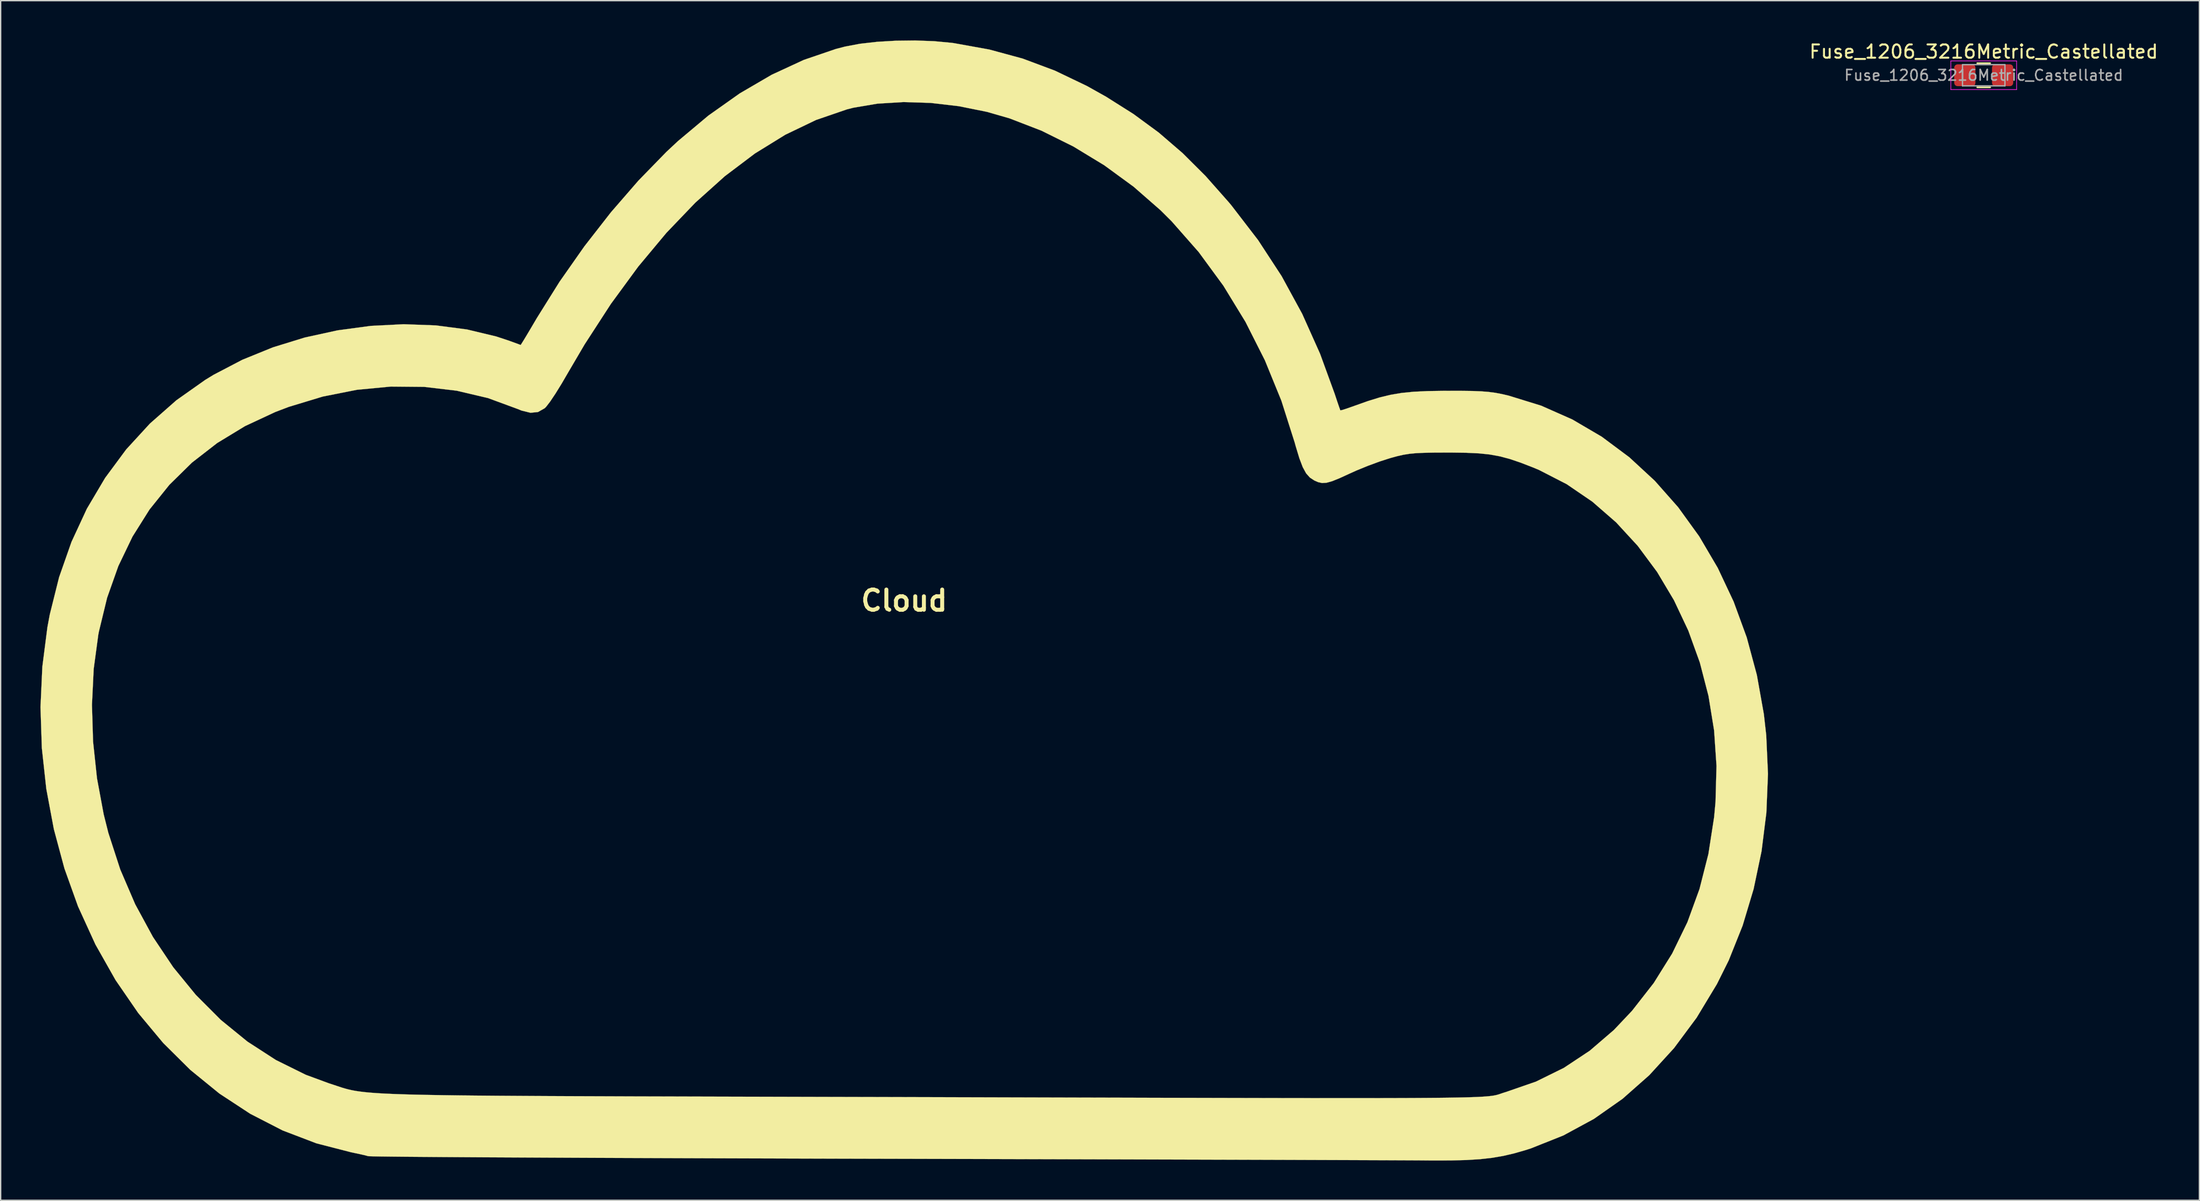
<source format=kicad_pcb>
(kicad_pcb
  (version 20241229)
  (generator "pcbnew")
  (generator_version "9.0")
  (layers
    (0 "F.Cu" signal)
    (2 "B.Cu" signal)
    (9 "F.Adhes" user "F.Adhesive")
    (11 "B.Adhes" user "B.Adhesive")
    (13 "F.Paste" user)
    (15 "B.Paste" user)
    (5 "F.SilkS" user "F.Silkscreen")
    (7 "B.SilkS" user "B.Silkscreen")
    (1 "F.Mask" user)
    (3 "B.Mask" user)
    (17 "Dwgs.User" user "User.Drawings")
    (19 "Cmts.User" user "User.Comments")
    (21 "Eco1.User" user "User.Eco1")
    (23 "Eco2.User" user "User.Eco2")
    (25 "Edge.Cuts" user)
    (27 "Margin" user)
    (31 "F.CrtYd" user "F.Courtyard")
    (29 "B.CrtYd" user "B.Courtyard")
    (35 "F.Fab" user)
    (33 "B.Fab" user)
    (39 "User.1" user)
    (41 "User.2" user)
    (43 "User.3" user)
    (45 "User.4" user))
  (footprint "Fuse_1206_3216Metric_Castellated"
    (layer "F.Cu")
    (at 146.575 2.628)
    (property "Reference" "Fuse_1206_3216Metric_Castellated" (at 0 -1.78 0) (layer "F.SilkS") (effects (font (size 1 1) (thickness 0.15))))
    (attr smd)
    (fp_line (start -0.49 -0.91) (end 0.49 -0.91) (stroke (width 0.12) (type solid)) (layer "F.SilkS"))
    (fp_line (start -0.49 0.91) (end 0.49 0.91) (stroke (width 0.12) (type solid)) (layer "F.SilkS"))
    (fp_line (start -2.48 -1.08) (end 2.48 -1.08) (stroke (width 0.05) (type solid)) (layer "F.CrtYd"))
    (fp_line (start -2.48 1.08) (end -2.48 -1.08) (stroke (width 0.05) (type solid)) (layer "F.CrtYd"))
    (fp_line (start 2.48 -1.08) (end 2.48 1.08) (stroke (width 0.05) (type solid)) (layer "F.CrtYd"))
    (fp_line (start 2.48 1.08) (end -2.48 1.08) (stroke (width 0.05) (type solid)) (layer "F.CrtYd"))
    (fp_line (start -1.6 -0.8) (end 1.6 -0.8) (stroke (width 0.1) (type solid)) (layer "F.Fab"))
    (fp_line (start -1.6 0.8) (end -1.6 -0.8) (stroke (width 0.1) (type solid)) (layer "F.Fab"))
    (fp_line (start 1.6 -0.8) (end 1.6 0.8) (stroke (width 0.1) (type solid)) (layer "F.Fab"))
    (fp_line (start 1.6 0.8) (end -1.6 0.8) (stroke (width 0.1) (type solid)) (layer "F.Fab"))
    (fp_text user "${REFERENCE}" (at 0 0 0) (layer "F.Fab") (effects (font (size 0.8 0.8) (thickness 0.12))))
    (pad "1" smd roundrect (at -1.425 0) (size 1.6 1.65) (layers "F.Cu" "F.Mask" "F.Paste") (roundrect_rratio 0.156))
    (pad "2" smd roundrect (at 1.425 0) (size 1.6 1.65) (layers "F.Cu" "F.Mask" "F.Paste") (roundrect_rratio 0.156)))
  (footprint "Cloud"
    (layer "F.Cu")
    (at 65.149 42.265)
    (property "Reference" "Cloud" (at 0 0 0) (layer "F.SilkS") (effects (font (size 1.524 1.524) (thickness 0.3))))
    (attr through_hole)
    (fp_poly (pts (xy 2.257 -42.208) (xy 3.575 -42.084) (xy 3.751 -42.06) (xy 6.419 -41.579) (xy 8.934 -40.896) (xy 11.365 -39.987) (xy 13.783 -38.828) (xy 15.227 -38.019) (xy 17.299 -36.71) (xy 19.201 -35.312) (xy 20.992 -33.77) (xy 22.735 -32.033) (xy 24.49 -30.048) (xy 24.676 -29.825) (xy 26.693 -27.202) (xy 28.468 -24.484) (xy 30.02 -21.637) (xy 31.369 -18.624) (xy 32.474 -15.594) (xy 32.661 -15.03) (xy 32.809 -14.597) (xy 32.892 -14.369) (xy 32.9 -14.351) (xy 33.031 -14.378) (xy 33.355 -14.481) (xy 33.811 -14.641) (xy 33.986 -14.704) (xy 34.978 -15.055) (xy 35.856 -15.326) (xy 36.683 -15.527) (xy 37.518 -15.668) (xy 38.424 -15.758) (xy 39.461 -15.808) (xy 40.69 -15.827) (xy 40.959 -15.828) (xy 42.008 -15.827) (xy 42.842 -15.816) (xy 43.512 -15.79) (xy 44.069 -15.747) (xy 44.565 -15.682) (xy 45.051 -15.591) (xy 45.577 -15.469) (xy 45.592 -15.466) (xy 48.053 -14.705) (xy 50.398 -13.666) (xy 52.615 -12.365) (xy 54.693 -10.816) (xy 56.618 -9.037) (xy 58.38 -7.042) (xy 59.966 -4.847) (xy 61.364 -2.469) (xy 62.563 0.078) (xy 63.551 2.777) (xy 64.315 5.613) (xy 64.843 8.569) (xy 65.022 10.162) (xy 65.153 13.07) (xy 65.033 15.998) (xy 64.669 18.909) (xy 64.07 21.762) (xy 63.242 24.52) (xy 62.193 27.143) (xy 61.3 28.937) (xy 59.77 31.471) (xy 58.068 33.762) (xy 56.204 35.803) (xy 54.186 37.587) (xy 52.021 39.106) (xy 49.718 40.354) (xy 47.285 41.324) (xy 46.834 41.469) (xy 45.989 41.711) (xy 45.171 41.901) (xy 44.333 42.044) (xy 43.43 42.145) (xy 42.413 42.208) (xy 41.238 42.239) (xy 39.856 42.242) (xy 39.43 42.239) (xy 38.994 42.235) (xy 38.304 42.231) (xy 37.372 42.227) (xy 36.209 42.222) (xy 34.828 42.217) (xy 33.241 42.211) (xy 31.459 42.205) (xy 29.495 42.198) (xy 27.36 42.191) (xy 25.066 42.184) (xy 22.625 42.177) (xy 20.049 42.17) (xy 17.351 42.162) (xy 14.54 42.154) (xy 11.631 42.146) (xy 8.634 42.138) (xy 5.562 42.13) (xy 2.427 42.122) (xy -0.761 42.114) (xy -2.128 42.111) (xy -5.292 42.103) (xy -8.388 42.094) (xy -11.406 42.085) (xy -14.335 42.076) (xy -17.165 42.066) (xy -19.884 42.056) (xy -22.483 42.046) (xy -24.95 42.035) (xy -27.275 42.024) (xy -29.447 42.013) (xy -31.456 42.003) (xy -33.291 41.992) (xy -34.94 41.981) (xy -36.394 41.97) (xy -37.643 41.96) (xy -38.674 41.95) (xy -39.478 41.94) (xy -40.044 41.93) (xy -40.36 41.921) (xy -40.427 41.915) (xy -40.727 41.837) (xy -41.187 41.733) (xy -41.691 41.629) (xy -44.332 40.949) (xy -46.882 39.975) (xy -49.326 38.718) (xy -51.652 37.191) (xy -53.844 35.406) (xy -55.889 33.377) (xy -57.773 31.116) (xy -59.481 28.634) (xy -61.001 25.946) (xy -62.315 23.069) (xy -63.339 20.211) (xy -64.137 17.243) (xy -64.707 14.201) (xy -65.043 11.12) (xy -65.144 8.037) (xy -65.136 7.864) (xy -61.263 7.864) (xy -61.179 10.633) (xy -60.884 13.405) (xy -60.379 16.122) (xy -60.027 17.523) (xy -59.129 20.285) (xy -58.002 22.909) (xy -56.664 25.375) (xy -55.132 27.663) (xy -53.422 29.754) (xy -51.55 31.63) (xy -49.535 33.272) (xy -47.392 34.66) (xy -45.139 35.775) (xy -43.389 36.42) (xy -43.106 36.512) (xy -42.851 36.597) (xy -42.615 36.676) (xy -42.387 36.75) (xy -42.159 36.818) (xy -41.92 36.881) (xy -41.662 36.939) (xy -41.374 36.993) (xy -41.047 37.041) (xy -40.672 37.086) (xy -40.239 37.126) (xy -39.738 37.163) (xy -39.16 37.196) (xy -38.495 37.225) (xy -37.734 37.252) (xy -36.867 37.275) (xy -35.885 37.296) (xy -34.778 37.315) (xy -33.537 37.332) (xy -32.151 37.346) (xy -30.612 37.359) (xy -28.91 37.37) (xy -27.035 37.381) (xy -24.978 37.39) (xy -22.73 37.398) (xy -20.28 37.407) (xy -17.619 37.414) (xy -14.738 37.422) (xy -11.626 37.43) (xy -8.276 37.439) (xy -4.676 37.448) (xy -1.729 37.455) (xy 2.402 37.466) (xy 6.276 37.477) (xy 9.9 37.487) (xy 13.284 37.496) (xy 16.437 37.504) (xy 19.365 37.512) (xy 22.079 37.518) (xy 24.587 37.524) (xy 26.897 37.529) (xy 29.017 37.533) (xy 30.957 37.535) (xy 32.725 37.536) (xy 34.328 37.536) (xy 35.777 37.535) (xy 37.078 37.532) (xy 38.242 37.528) (xy 39.276 37.522) (xy 40.188 37.515) (xy 40.988 37.505) (xy 41.684 37.494) (xy 42.284 37.481) (xy 42.797 37.467) (xy 43.232 37.45) (xy 43.596 37.431) (xy 43.899 37.41) (xy 44.149 37.387) (xy 44.354 37.362) (xy 44.523 37.334) (xy 44.665 37.304) (xy 44.788 37.271) (xy 44.9 37.236) (xy 45.01 37.198) (xy 45.127 37.158) (xy 45.26 37.115) (xy 45.396 37.074) (xy 47.657 36.29) (xy 49.757 35.255) (xy 51.711 33.96) (xy 53.532 32.395) (xy 54.902 30.946) (xy 56.534 28.857) (xy 57.925 26.63) (xy 59.076 24.264) (xy 59.988 21.76) (xy 60.66 19.116) (xy 61.092 16.332) (xy 61.197 15.185) (xy 61.271 12.471) (xy 61.09 9.8) (xy 60.667 7.193) (xy 60.014 4.672) (xy 59.142 2.258) (xy 58.063 -0.028) (xy 56.789 -2.164) (xy 55.331 -4.129) (xy 53.7 -5.902) (xy 51.909 -7.462) (xy 49.969 -8.786) (xy 47.892 -9.853) (xy 47.428 -10.048) (xy 46.501 -10.407) (xy 45.692 -10.682) (xy 44.94 -10.883) (xy 44.182 -11.022) (xy 43.358 -11.109) (xy 42.406 -11.154) (xy 41.264 -11.169) (xy 40.959 -11.169) (xy 39.982 -11.165) (xy 39.218 -11.152) (xy 38.612 -11.124) (xy 38.112 -11.077) (xy 37.663 -11.005) (xy 37.212 -10.903) (xy 36.706 -10.765) (xy 36.624 -10.741) (xy 35.863 -10.496) (xy 34.985 -10.172) (xy 34.116 -9.817) (xy 33.587 -9.579) (xy 32.836 -9.234) (xy 32.276 -9.008) (xy 31.854 -8.891) (xy 31.517 -8.872) (xy 31.213 -8.941) (xy 30.937 -9.063) (xy 30.6 -9.284) (xy 30.316 -9.603) (xy 30.061 -10.071) (xy 29.808 -10.738) (xy 29.53 -11.655) (xy 29.452 -11.938) (xy 28.449 -15.089) (xy 27.208 -18.129) (xy 25.743 -21.03) (xy 24.073 -23.763) (xy 22.213 -26.299) (xy 20.181 -28.61) (xy 19.341 -29.448) (xy 17.303 -31.23) (xy 15.092 -32.845) (xy 12.761 -34.262) (xy 10.363 -35.452) (xy 7.949 -36.384) (xy 6.25 -36.874) (xy 4.123 -37.303) (xy 2.003 -37.55) (xy -0.06 -37.614) (xy -2.018 -37.494) (xy -3.823 -37.189) (xy -4.322 -37.062) (xy -6.648 -36.263) (xy -8.964 -35.151) (xy -11.259 -33.734) (xy -13.526 -32.022) (xy -15.754 -30.023) (xy -17.935 -27.746) (xy -20.059 -25.2) (xy -22.117 -22.392) (xy -24.101 -19.333) (xy -25.334 -17.233) (xy -25.839 -16.365) (xy -26.306 -15.61) (xy -26.705 -15.014) (xy -27.008 -14.621) (xy -27.115 -14.514) (xy -27.618 -14.229) (xy -28.182 -14.171) (xy -28.86 -14.338) (xy -29.152 -14.457) (xy -31.391 -15.281) (xy -33.751 -15.837) (xy -36.204 -16.126) (xy -38.723 -16.149) (xy -41.281 -15.905) (xy -43.852 -15.395) (xy -46.408 -14.62) (xy -47.429 -14.232) (xy -49.719 -13.165) (xy -51.817 -11.889) (xy -53.721 -10.411) (xy -55.423 -8.737) (xy -56.92 -6.874) (xy -58.205 -4.828) (xy -59.273 -2.606) (xy -60.12 -0.214) (xy -60.74 2.341) (xy -60.784 2.572) (xy -61.132 5.158) (xy -61.263 7.864) (xy -65.136 7.864) (xy -65.005 4.987) (xy -64.623 2.007) (xy -64.443 1.045) (xy -63.741 -1.767) (xy -62.807 -4.429) (xy -61.648 -6.929) (xy -60.27 -9.257) (xy -58.682 -11.404) (xy -56.889 -13.359) (xy -54.899 -15.112) (xy -52.719 -16.652) (xy -52.079 -17.042) (xy -49.916 -18.172) (xy -47.612 -19.109) (xy -45.205 -19.851) (xy -42.734 -20.391) (xy -40.236 -20.727) (xy -37.752 -20.853) (xy -35.32 -20.764) (xy -32.979 -20.458) (xy -30.767 -19.928) (xy -29.788 -19.603) (xy -28.924 -19.287) (xy -28.697 -19.651) (xy -28.523 -19.938) (xy -28.242 -20.409) (xy -27.901 -20.987) (xy -27.7 -21.328) (xy -25.993 -24.059) (xy -24.116 -26.736) (xy -22.117 -29.3) (xy -20.043 -31.69) (xy -17.942 -33.848) (xy -17.072 -34.662) (xy -14.767 -36.595) (xy -12.398 -38.271) (xy -9.99 -39.676) (xy -7.567 -40.797) (xy -5.155 -41.62) (xy -4.455 -41.802) (xy -3.341 -42.012) (xy -2.04 -42.16) (xy -0.624 -42.243) (xy 0.833 -42.26) (xy 2.257 -42.208)) (stroke (width 0.01) (type solid)) (fill yes) (layer "F.SilkS")))
  (gr_rect
    (start -3 -3)
    (end 162.843 87.512)
    (stroke (width 0.1) (type default))
    (fill no)
    (layer "Edge.Cuts")))
</source>
